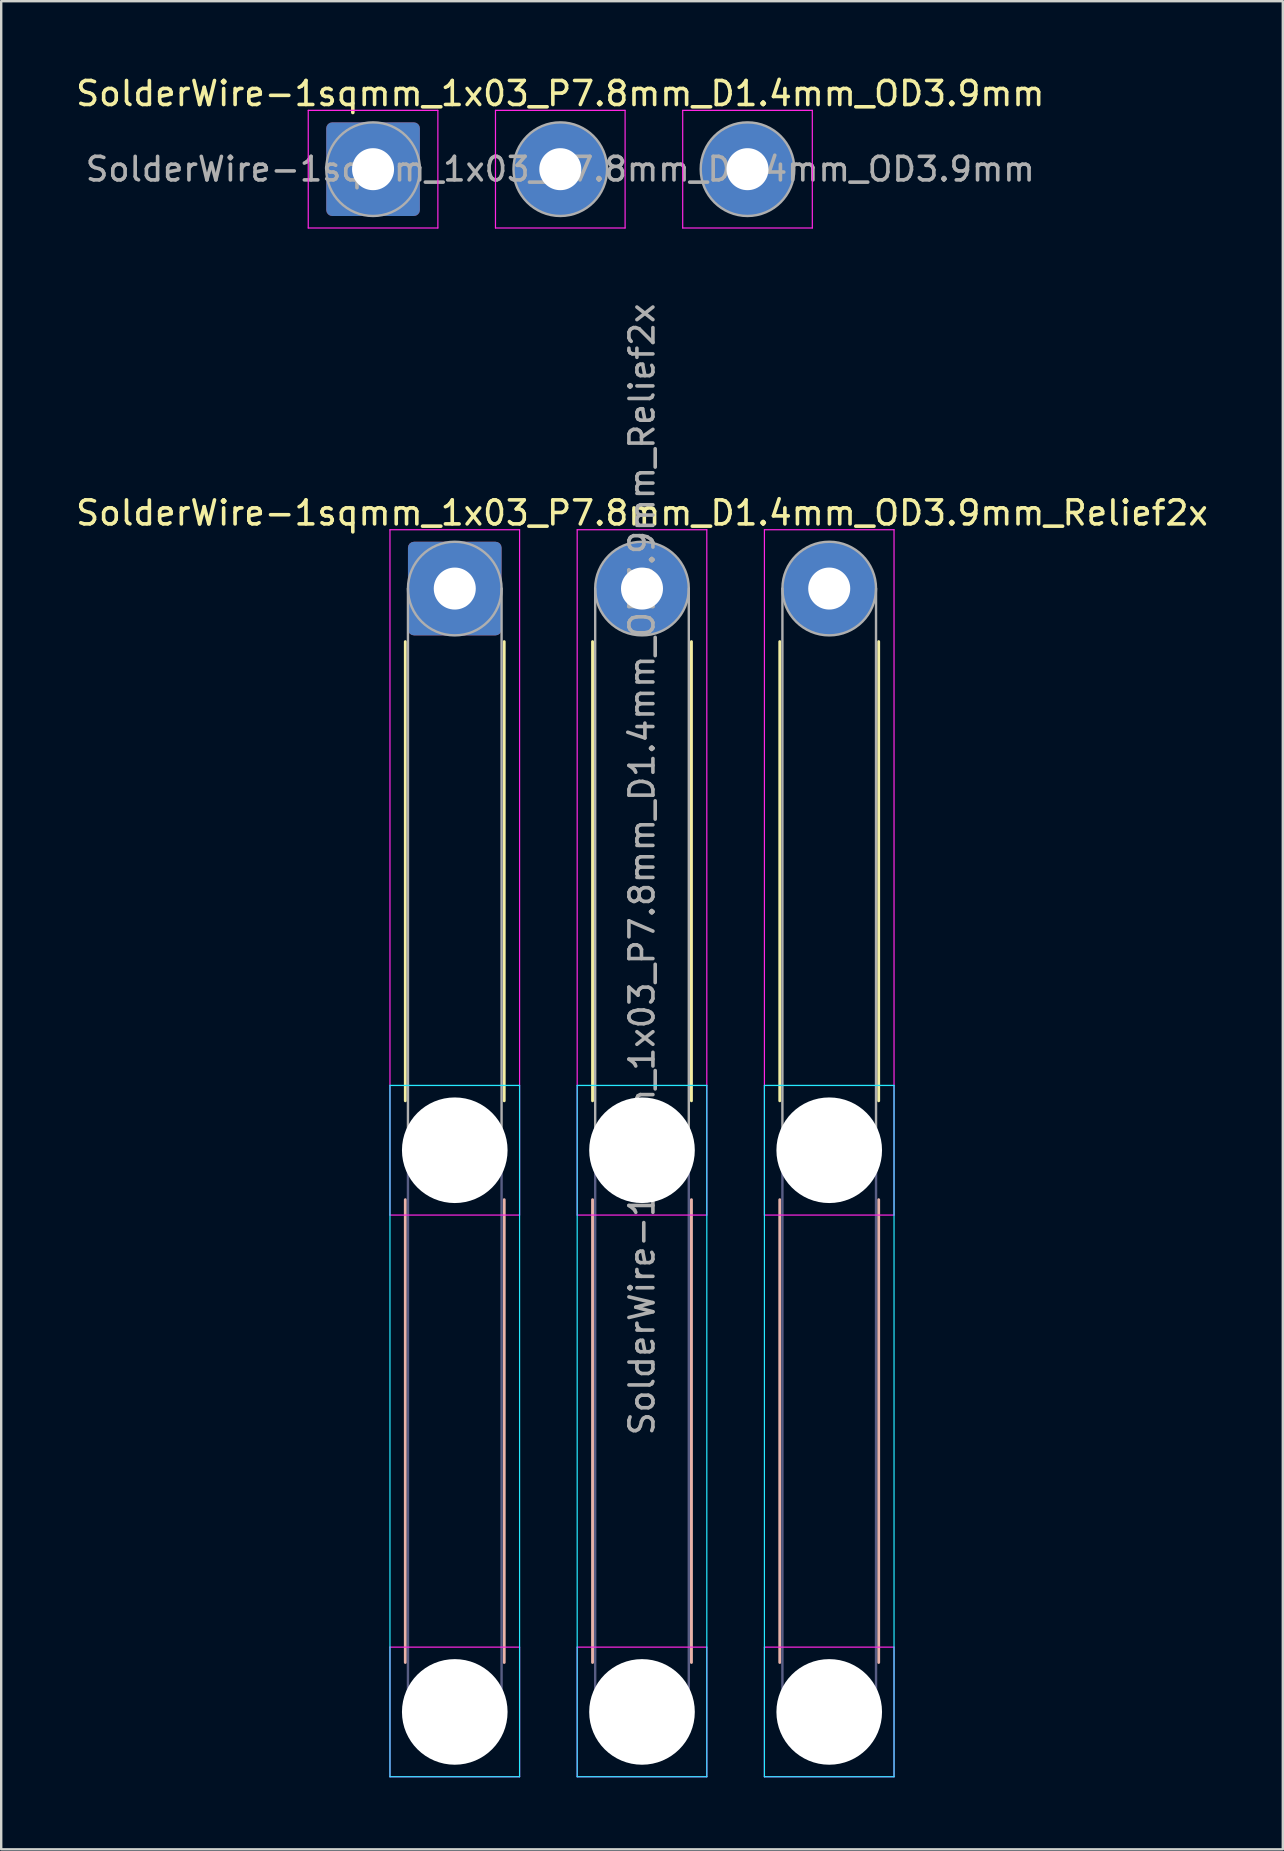
<source format=kicad_pcb>
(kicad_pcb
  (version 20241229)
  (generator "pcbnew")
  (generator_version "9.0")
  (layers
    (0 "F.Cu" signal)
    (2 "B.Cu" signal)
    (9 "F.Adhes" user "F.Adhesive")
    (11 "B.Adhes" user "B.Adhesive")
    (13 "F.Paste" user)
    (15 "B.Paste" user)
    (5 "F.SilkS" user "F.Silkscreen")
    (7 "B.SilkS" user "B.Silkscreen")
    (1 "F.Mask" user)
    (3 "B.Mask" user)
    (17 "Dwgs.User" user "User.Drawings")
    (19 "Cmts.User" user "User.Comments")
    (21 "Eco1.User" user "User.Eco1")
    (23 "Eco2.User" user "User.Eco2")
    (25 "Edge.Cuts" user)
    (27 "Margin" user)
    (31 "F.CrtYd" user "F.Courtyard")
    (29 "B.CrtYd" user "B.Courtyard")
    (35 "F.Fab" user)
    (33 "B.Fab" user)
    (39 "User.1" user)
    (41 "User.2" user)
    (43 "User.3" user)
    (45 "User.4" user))
  (footprint "SolderWire-1sqmm_1x03_P7.8mm_D1.4mm_OD3.9mm_Relief2x"
    (layer "F.Cu")
    (at 15.896 21.47)
    (property "Reference" "SolderWire-1sqmm_1x03_P7.8mm_D1.4mm_OD3.9mm_Relief2x" (at 7.8 -3.15 0) (layer "F.SilkS") (effects (font (size 1 1) (thickness 0.15))))
    (attr exclude_from_pos_files exclude_from_bom)
    (fp_line (start -2.06 2.21) (end -2.06 21.34) (stroke (width 0.12) (type solid)) (layer "F.SilkS"))
    (fp_line (start 2.06 2.21) (end 2.06 21.34) (stroke (width 0.12) (type solid)) (layer "F.SilkS"))
    (fp_line (start 5.74 2.21) (end 5.74 21.34) (stroke (width 0.12) (type solid)) (layer "F.SilkS"))
    (fp_line (start 9.86 2.21) (end 9.86 21.34) (stroke (width 0.12) (type solid)) (layer "F.SilkS"))
    (fp_line (start 13.54 2.21) (end 13.54 21.34) (stroke (width 0.12) (type solid)) (layer "F.SilkS"))
    (fp_line (start 17.66 2.21) (end 17.66 21.34) (stroke (width 0.12) (type solid)) (layer "F.SilkS"))
    (fp_line (start -2.06 25.46) (end -2.06 44.74) (stroke (width 0.12) (type solid)) (layer "B.SilkS"))
    (fp_line (start 2.06 25.46) (end 2.06 44.74) (stroke (width 0.12) (type solid)) (layer "B.SilkS"))
    (fp_line (start 5.74 25.46) (end 5.74 44.74) (stroke (width 0.12) (type solid)) (layer "B.SilkS"))
    (fp_line (start 9.86 25.46) (end 9.86 44.74) (stroke (width 0.12) (type solid)) (layer "B.SilkS"))
    (fp_line (start 13.54 25.46) (end 13.54 44.74) (stroke (width 0.12) (type solid)) (layer "B.SilkS"))
    (fp_line (start 17.66 25.46) (end 17.66 44.74) (stroke (width 0.12) (type solid)) (layer "B.SilkS"))
    (fp_line (start -2.7 20.7) (end -2.7 49.5) (stroke (width 0.05) (type solid)) (layer "B.CrtYd"))
    (fp_line (start -2.7 49.5) (end 2.7 49.5) (stroke (width 0.05) (type solid)) (layer "B.CrtYd"))
    (fp_line (start 2.7 20.7) (end -2.7 20.7) (stroke (width 0.05) (type solid)) (layer "B.CrtYd"))
    (fp_line (start 2.7 49.5) (end 2.7 20.7) (stroke (width 0.05) (type solid)) (layer "B.CrtYd"))
    (fp_line (start 5.1 20.7) (end 5.1 49.5) (stroke (width 0.05) (type solid)) (layer "B.CrtYd"))
    (fp_line (start 5.1 49.5) (end 10.5 49.5) (stroke (width 0.05) (type solid)) (layer "B.CrtYd"))
    (fp_line (start 10.5 20.7) (end 5.1 20.7) (stroke (width 0.05) (type solid)) (layer "B.CrtYd"))
    (fp_line (start 10.5 49.5) (end 10.5 20.7) (stroke (width 0.05) (type solid)) (layer "B.CrtYd"))
    (fp_line (start 12.9 20.7) (end 12.9 49.5) (stroke (width 0.05) (type solid)) (layer "B.CrtYd"))
    (fp_line (start 12.9 49.5) (end 18.3 49.5) (stroke (width 0.05) (type solid)) (layer "B.CrtYd"))
    (fp_line (start 18.3 20.7) (end 12.9 20.7) (stroke (width 0.05) (type solid)) (layer "B.CrtYd"))
    (fp_line (start 18.3 49.5) (end 18.3 20.7) (stroke (width 0.05) (type solid)) (layer "B.CrtYd"))
    (fp_line (start -2.7 -2.45) (end -2.7 26.1) (stroke (width 0.05) (type solid)) (layer "F.CrtYd"))
    (fp_line (start -2.7 26.1) (end 2.7 26.1) (stroke (width 0.05) (type solid)) (layer "F.CrtYd"))
    (fp_line (start -2.7 44.1) (end -2.7 49.5) (stroke (width 0.05) (type solid)) (layer "F.CrtYd"))
    (fp_line (start -2.7 49.5) (end 2.7 49.5) (stroke (width 0.05) (type solid)) (layer "F.CrtYd"))
    (fp_line (start 2.7 -2.45) (end -2.7 -2.45) (stroke (width 0.05) (type solid)) (layer "F.CrtYd"))
    (fp_line (start 2.7 26.1) (end 2.7 -2.45) (stroke (width 0.05) (type solid)) (layer "F.CrtYd"))
    (fp_line (start 2.7 44.1) (end -2.7 44.1) (stroke (width 0.05) (type solid)) (layer "F.CrtYd"))
    (fp_line (start 2.7 49.5) (end 2.7 44.1) (stroke (width 0.05) (type solid)) (layer "F.CrtYd"))
    (fp_line (start 5.1 -2.45) (end 5.1 26.1) (stroke (width 0.05) (type solid)) (layer "F.CrtYd"))
    (fp_line (start 5.1 26.1) (end 10.5 26.1) (stroke (width 0.05) (type solid)) (layer "F.CrtYd"))
    (fp_line (start 5.1 44.1) (end 5.1 49.5) (stroke (width 0.05) (type solid)) (layer "F.CrtYd"))
    (fp_line (start 5.1 49.5) (end 10.5 49.5) (stroke (width 0.05) (type solid)) (layer "F.CrtYd"))
    (fp_line (start 10.5 -2.45) (end 5.1 -2.45) (stroke (width 0.05) (type solid)) (layer "F.CrtYd"))
    (fp_line (start 10.5 26.1) (end 10.5 -2.45) (stroke (width 0.05) (type solid)) (layer "F.CrtYd"))
    (fp_line (start 10.5 44.1) (end 5.1 44.1) (stroke (width 0.05) (type solid)) (layer "F.CrtYd"))
    (fp_line (start 10.5 49.5) (end 10.5 44.1) (stroke (width 0.05) (type solid)) (layer "F.CrtYd"))
    (fp_line (start 12.9 -2.45) (end 12.9 26.1) (stroke (width 0.05) (type solid)) (layer "F.CrtYd"))
    (fp_line (start 12.9 26.1) (end 18.3 26.1) (stroke (width 0.05) (type solid)) (layer "F.CrtYd"))
    (fp_line (start 12.9 44.1) (end 12.9 49.5) (stroke (width 0.05) (type solid)) (layer "F.CrtYd"))
    (fp_line (start 12.9 49.5) (end 18.3 49.5) (stroke (width 0.05) (type solid)) (layer "F.CrtYd"))
    (fp_line (start 18.3 -2.45) (end 12.9 -2.45) (stroke (width 0.05) (type solid)) (layer "F.CrtYd"))
    (fp_line (start 18.3 26.1) (end 18.3 -2.45) (stroke (width 0.05) (type solid)) (layer "F.CrtYd"))
    (fp_line (start 18.3 44.1) (end 12.9 44.1) (stroke (width 0.05) (type solid)) (layer "F.CrtYd"))
    (fp_line (start 18.3 49.5) (end 18.3 44.1) (stroke (width 0.05) (type solid)) (layer "F.CrtYd"))
    (fp_line (start -1.95 23.4) (end -1.95 46.8) (stroke (width 0.1) (type solid)) (layer "B.Fab"))
    (fp_line (start 1.95 23.4) (end 1.95 46.8) (stroke (width 0.1) (type solid)) (layer "B.Fab"))
    (fp_line (start 5.85 23.4) (end 5.85 46.8) (stroke (width 0.1) (type solid)) (layer "B.Fab"))
    (fp_line (start 9.75 23.4) (end 9.75 46.8) (stroke (width 0.1) (type solid)) (layer "B.Fab"))
    (fp_line (start 13.65 23.4) (end 13.65 46.8) (stroke (width 0.1) (type solid)) (layer "B.Fab"))
    (fp_line (start 17.55 23.4) (end 17.55 46.8) (stroke (width 0.1) (type solid)) (layer "B.Fab"))
    (fp_circle (center 0 23.4) (end 1.95 23.4) (stroke (width 0.1) (type solid)) (fill no) (layer "B.Fab"))
    (fp_circle (center 0 46.8) (end 1.95 46.8) (stroke (width 0.1) (type solid)) (fill no) (layer "B.Fab"))
    (fp_circle (center 7.8 23.4) (end 9.75 23.4) (stroke (width 0.1) (type solid)) (fill no) (layer "B.Fab"))
    (fp_circle (center 7.8 46.8) (end 9.75 46.8) (stroke (width 0.1) (type solid)) (fill no) (layer "B.Fab"))
    (fp_circle (center 15.6 23.4) (end 17.55 23.4) (stroke (width 0.1) (type solid)) (fill no) (layer "B.Fab"))
    (fp_circle (center 15.6 46.8) (end 17.55 46.8) (stroke (width 0.1) (type solid)) (fill no) (layer "B.Fab"))
    (fp_line (start -1.95 0) (end -1.95 23.4) (stroke (width 0.1) (type solid)) (layer "F.Fab"))
    (fp_line (start 1.95 0) (end 1.95 23.4) (stroke (width 0.1) (type solid)) (layer "F.Fab"))
    (fp_line (start 5.85 0) (end 5.85 23.4) (stroke (width 0.1) (type solid)) (layer "F.Fab"))
    (fp_line (start 9.75 0) (end 9.75 23.4) (stroke (width 0.1) (type solid)) (layer "F.Fab"))
    (fp_line (start 13.65 0) (end 13.65 23.4) (stroke (width 0.1) (type solid)) (layer "F.Fab"))
    (fp_line (start 17.55 0) (end 17.55 23.4) (stroke (width 0.1) (type solid)) (layer "F.Fab"))
    (fp_circle (center 0 0) (end 1.95 0) (stroke (width 0.1) (type solid)) (fill no) (layer "F.Fab"))
    (fp_circle (center 0 23.4) (end 1.95 23.4) (stroke (width 0.1) (type solid)) (fill no) (layer "F.Fab"))
    (fp_circle (center 0 46.8) (end 1.95 46.8) (stroke (width 0.1) (type solid)) (fill no) (layer "F.Fab"))
    (fp_circle (center 7.8 0) (end 9.75 0) (stroke (width 0.1) (type solid)) (fill no) (layer "F.Fab"))
    (fp_circle (center 7.8 23.4) (end 9.75 23.4) (stroke (width 0.1) (type solid)) (fill no) (layer "F.Fab"))
    (fp_circle (center 7.8 46.8) (end 9.75 46.8) (stroke (width 0.1) (type solid)) (fill no) (layer "F.Fab"))
    (fp_circle (center 15.6 0) (end 17.55 0) (stroke (width 0.1) (type solid)) (fill no) (layer "F.Fab"))
    (fp_circle (center 15.6 23.4) (end 17.55 23.4) (stroke (width 0.1) (type solid)) (fill no) (layer "F.Fab"))
    (fp_circle (center 15.6 46.8) (end 17.55 46.8) (stroke (width 0.1) (type solid)) (fill no) (layer "F.Fab"))
    (fp_text user "${REFERENCE}" (at 7.8 11.7 90) (layer "F.Fab") (effects (font (size 1 1) (thickness 0.15))))
    (pad "" np_thru_hole circle (at 0 23.4) (size 4.4 4.4) (drill 4.4) (layers "*.Cu" "*.Mask"))
    (pad "" np_thru_hole circle (at 0 46.8) (size 4.4 4.4) (drill 4.4) (layers "*.Cu" "*.Mask"))
    (pad "" np_thru_hole circle (at 7.8 23.4) (size 4.4 4.4) (drill 4.4) (layers "*.Cu" "*.Mask"))
    (pad "" np_thru_hole circle (at 7.8 46.8) (size 4.4 4.4) (drill 4.4) (layers "*.Cu" "*.Mask"))
    (pad "" np_thru_hole circle (at 15.6 23.4) (size 4.4 4.4) (drill 4.4) (layers "*.Cu" "*.Mask"))
    (pad "" np_thru_hole circle (at 15.6 46.8) (size 4.4 4.4) (drill 4.4) (layers "*.Cu" "*.Mask"))
    (pad "1" thru_hole roundrect (at 0 0) (size 3.9 3.9) (drill 1.75) (layers "*.Cu" "*.Mask") (roundrect_rratio 0.064))
    (pad "2" thru_hole circle (at 7.8 0) (size 3.9 3.9) (drill 1.75) (layers "*.Cu" "*.Mask"))
    (pad "3" thru_hole circle (at 15.6 0) (size 3.9 3.9) (drill 1.75) (layers "*.Cu" "*.Mask")))
  (footprint "SolderWire-1sqmm_1x03_P7.8mm_D1.4mm_OD3.9mm"
    (layer "F.Cu")
    (at 12.492 3.998)
    (property "Reference" "SolderWire-1sqmm_1x03_P7.8mm_D1.4mm_OD3.9mm" (at 7.8 -3.15 0) (layer "F.SilkS") (effects (font (size 1 1) (thickness 0.15))))
    (attr exclude_from_pos_files exclude_from_bom)
    (fp_line (start -2.7 -2.45) (end -2.7 2.45) (stroke (width 0.05) (type solid)) (layer "F.CrtYd"))
    (fp_line (start -2.7 2.45) (end 2.7 2.45) (stroke (width 0.05) (type solid)) (layer "F.CrtYd"))
    (fp_line (start 2.7 -2.45) (end -2.7 -2.45) (stroke (width 0.05) (type solid)) (layer "F.CrtYd"))
    (fp_line (start 2.7 2.45) (end 2.7 -2.45) (stroke (width 0.05) (type solid)) (layer "F.CrtYd"))
    (fp_line (start 5.1 -2.45) (end 5.1 2.45) (stroke (width 0.05) (type solid)) (layer "F.CrtYd"))
    (fp_line (start 5.1 2.45) (end 10.5 2.45) (stroke (width 0.05) (type solid)) (layer "F.CrtYd"))
    (fp_line (start 10.5 -2.45) (end 5.1 -2.45) (stroke (width 0.05) (type solid)) (layer "F.CrtYd"))
    (fp_line (start 10.5 2.45) (end 10.5 -2.45) (stroke (width 0.05) (type solid)) (layer "F.CrtYd"))
    (fp_line (start 12.9 -2.45) (end 12.9 2.45) (stroke (width 0.05) (type solid)) (layer "F.CrtYd"))
    (fp_line (start 12.9 2.45) (end 18.3 2.45) (stroke (width 0.05) (type solid)) (layer "F.CrtYd"))
    (fp_line (start 18.3 -2.45) (end 12.9 -2.45) (stroke (width 0.05) (type solid)) (layer "F.CrtYd"))
    (fp_line (start 18.3 2.45) (end 18.3 -2.45) (stroke (width 0.05) (type solid)) (layer "F.CrtYd"))
    (fp_circle (center 0 0) (end 1.95 0) (stroke (width 0.1) (type solid)) (fill no) (layer "F.Fab"))
    (fp_circle (center 7.8 0) (end 9.75 0) (stroke (width 0.1) (type solid)) (fill no) (layer "F.Fab"))
    (fp_circle (center 15.6 0) (end 17.55 0) (stroke (width 0.1) (type solid)) (fill no) (layer "F.Fab"))
    (fp_text user "${REFERENCE}" (at 7.8 0 0) (layer "F.Fab") (effects (font (size 0.98 0.98) (thickness 0.15))))
    (pad "1" thru_hole roundrect (at 0 0) (size 3.9 3.9) (drill 1.75) (layers "*.Cu" "*.Mask") (roundrect_rratio 0.064))
    (pad "2" thru_hole circle (at 7.8 0) (size 3.9 3.9) (drill 1.75) (layers "*.Cu" "*.Mask"))
    (pad "3" thru_hole circle (at 15.6 0) (size 3.9 3.9) (drill 1.75) (layers "*.Cu" "*.Mask")))
  (gr_rect
    (start -3 -3)
    (end 50.393 73.995)
    (stroke (width 0.1) (type default))
    (fill no)
    (layer "Edge.Cuts")))
</source>
